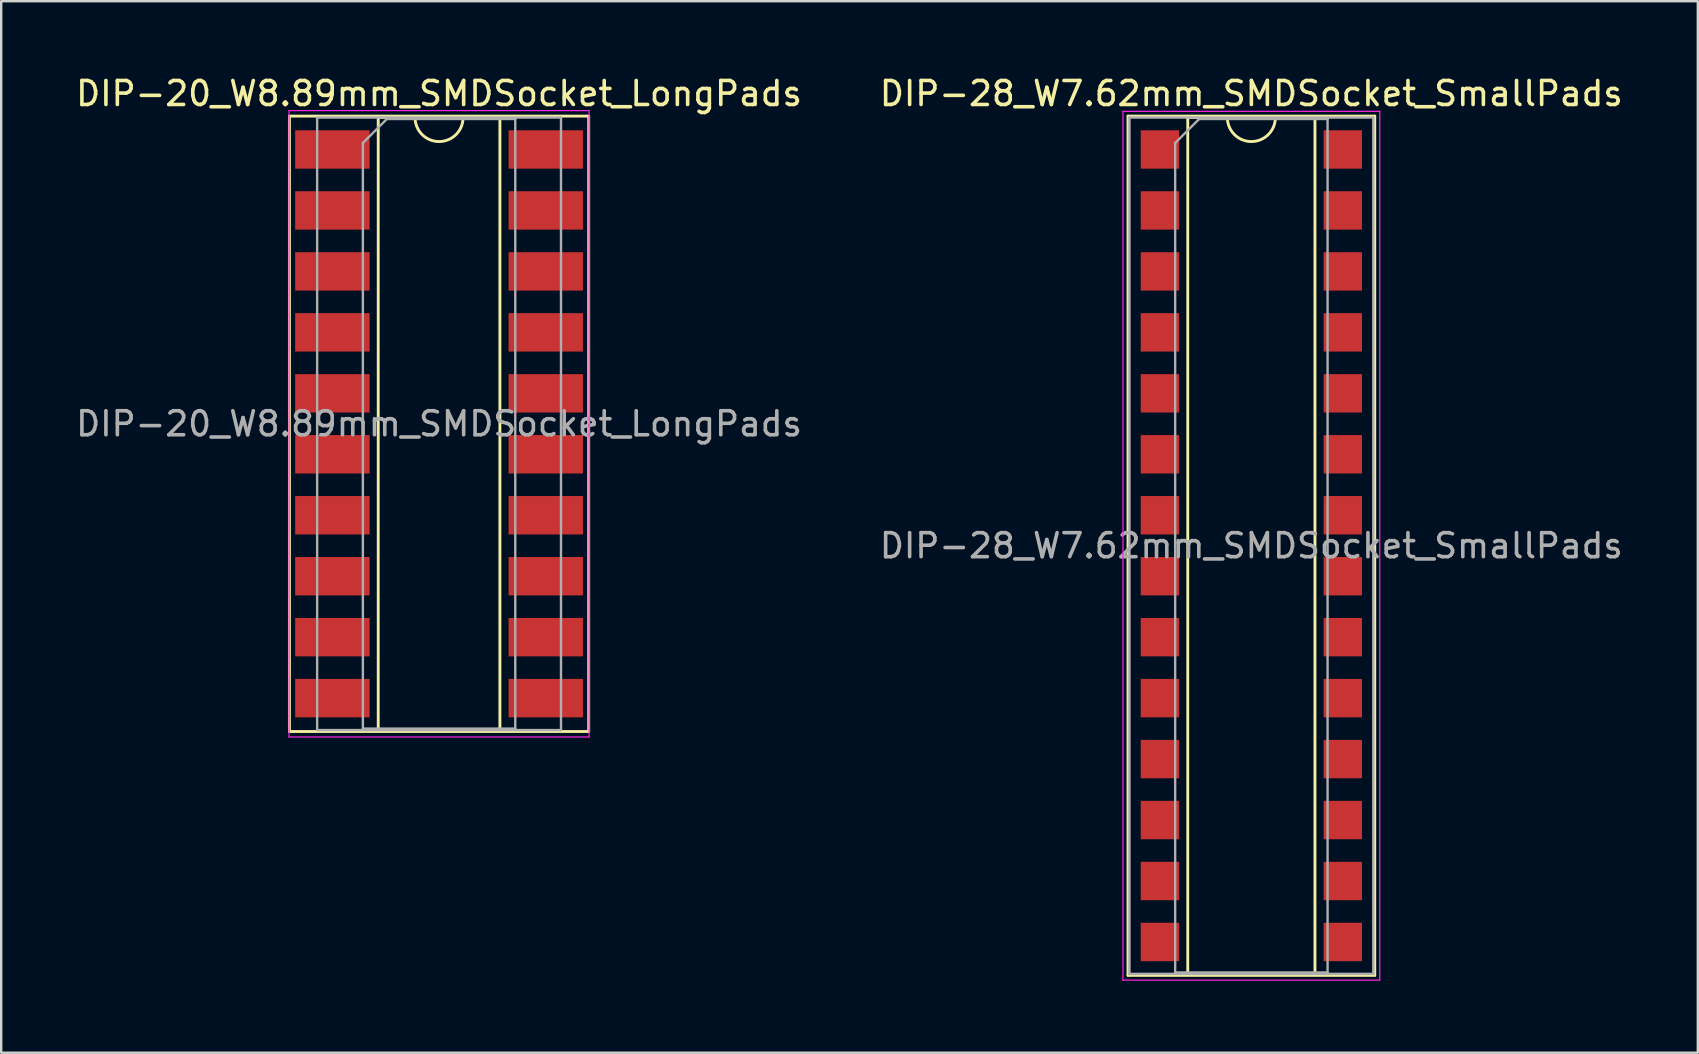
<source format=kicad_pcb>
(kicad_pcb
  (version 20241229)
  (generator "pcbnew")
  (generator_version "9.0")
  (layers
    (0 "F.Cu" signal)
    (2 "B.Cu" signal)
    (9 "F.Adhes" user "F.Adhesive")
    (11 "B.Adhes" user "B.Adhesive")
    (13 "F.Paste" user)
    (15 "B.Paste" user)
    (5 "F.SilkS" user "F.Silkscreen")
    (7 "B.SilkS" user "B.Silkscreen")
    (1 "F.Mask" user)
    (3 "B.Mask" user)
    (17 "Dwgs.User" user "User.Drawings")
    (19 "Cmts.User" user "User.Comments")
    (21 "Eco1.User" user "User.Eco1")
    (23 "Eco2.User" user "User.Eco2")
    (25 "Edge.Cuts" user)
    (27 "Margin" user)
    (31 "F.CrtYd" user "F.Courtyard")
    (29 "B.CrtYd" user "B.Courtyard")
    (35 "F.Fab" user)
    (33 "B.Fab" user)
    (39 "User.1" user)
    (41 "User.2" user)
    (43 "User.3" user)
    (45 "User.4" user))
  (footprint "DIP-28_W7.62mm_SMDSocket_SmallPads"
    (layer "F.Cu")
    (at 49.089 19.688)
    (property "Reference" "DIP-28_W7.62mm_SMDSocket_SmallPads" (at 0 -18.84 0) (layer "F.SilkS") (effects (font (size 1 1) (thickness 0.15))))
    (attr smd)
    (fp_line (start -5.14 -17.9) (end -5.14 17.9) (stroke (width 0.12) (type solid)) (layer "F.SilkS"))
    (fp_line (start -5.14 17.9) (end 5.14 17.9) (stroke (width 0.12) (type solid)) (layer "F.SilkS"))
    (fp_line (start -2.65 -17.84) (end -2.65 17.84) (stroke (width 0.12) (type solid)) (layer "F.SilkS"))
    (fp_line (start -2.65 17.84) (end 2.65 17.84) (stroke (width 0.12) (type solid)) (layer "F.SilkS"))
    (fp_line (start -1 -17.84) (end -2.65 -17.84) (stroke (width 0.12) (type solid)) (layer "F.SilkS"))
    (fp_line (start 2.65 -17.84) (end 1 -17.84) (stroke (width 0.12) (type solid)) (layer "F.SilkS"))
    (fp_line (start 2.65 17.84) (end 2.65 -17.84) (stroke (width 0.12) (type solid)) (layer "F.SilkS"))
    (fp_line (start 5.14 -17.9) (end -5.14 -17.9) (stroke (width 0.12) (type solid)) (layer "F.SilkS"))
    (fp_line (start 5.14 17.9) (end 5.14 -17.9) (stroke (width 0.12) (type solid)) (layer "F.SilkS"))
    (fp_arc (start 1 -17.84) (mid 0 -16.84) (end -1 -17.84) (stroke (width 0.12) (type solid)) (layer "F.SilkS"))
    (fp_line (start -5.35 -18.1) (end -5.35 18.1) (stroke (width 0.05) (type solid)) (layer "F.CrtYd"))
    (fp_line (start -5.35 18.1) (end 5.35 18.1) (stroke (width 0.05) (type solid)) (layer "F.CrtYd"))
    (fp_line (start 5.35 -18.1) (end -5.35 -18.1) (stroke (width 0.05) (type solid)) (layer "F.CrtYd"))
    (fp_line (start 5.35 18.1) (end 5.35 -18.1) (stroke (width 0.05) (type solid)) (layer "F.CrtYd"))
    (fp_line (start -5.08 -17.84) (end -5.08 17.84) (stroke (width 0.1) (type solid)) (layer "F.Fab"))
    (fp_line (start -5.08 17.84) (end 5.08 17.84) (stroke (width 0.1) (type solid)) (layer "F.Fab"))
    (fp_line (start -3.175 -16.78) (end -2.175 -17.78) (stroke (width 0.1) (type solid)) (layer "F.Fab"))
    (fp_line (start -3.175 17.78) (end -3.175 -16.78) (stroke (width 0.1) (type solid)) (layer "F.Fab"))
    (fp_line (start -2.175 -17.78) (end 3.175 -17.78) (stroke (width 0.1) (type solid)) (layer "F.Fab"))
    (fp_line (start 3.175 -17.78) (end 3.175 17.78) (stroke (width 0.1) (type solid)) (layer "F.Fab"))
    (fp_line (start 3.175 17.78) (end -3.175 17.78) (stroke (width 0.1) (type solid)) (layer "F.Fab"))
    (fp_line (start 5.08 -17.84) (end -5.08 -17.84) (stroke (width 0.1) (type solid)) (layer "F.Fab"))
    (fp_line (start 5.08 17.84) (end 5.08 -17.84) (stroke (width 0.1) (type solid)) (layer "F.Fab"))
    (fp_text user "${REFERENCE}" (at 0 0 0) (layer "F.Fab") (effects (font (size 1 1) (thickness 0.15))))
    (pad "1" smd rect (at -3.81 -16.51) (size 1.6 1.6) (layers "F.Cu" "F.Mask" "F.Paste"))
    (pad "2" smd rect (at -3.81 -13.97) (size 1.6 1.6) (layers "F.Cu" "F.Mask" "F.Paste"))
    (pad "3" smd rect (at -3.81 -11.43) (size 1.6 1.6) (layers "F.Cu" "F.Mask" "F.Paste"))
    (pad "4" smd rect (at -3.81 -8.89) (size 1.6 1.6) (layers "F.Cu" "F.Mask" "F.Paste"))
    (pad "5" smd rect (at -3.81 -6.35) (size 1.6 1.6) (layers "F.Cu" "F.Mask" "F.Paste"))
    (pad "6" smd rect (at -3.81 -3.81) (size 1.6 1.6) (layers "F.Cu" "F.Mask" "F.Paste"))
    (pad "7" smd rect (at -3.81 -1.27) (size 1.6 1.6) (layers "F.Cu" "F.Mask" "F.Paste"))
    (pad "8" smd rect (at -3.81 1.27) (size 1.6 1.6) (layers "F.Cu" "F.Mask" "F.Paste"))
    (pad "9" smd rect (at -3.81 3.81) (size 1.6 1.6) (layers "F.Cu" "F.Mask" "F.Paste"))
    (pad "10" smd rect (at -3.81 6.35) (size 1.6 1.6) (layers "F.Cu" "F.Mask" "F.Paste"))
    (pad "11" smd rect (at -3.81 8.89) (size 1.6 1.6) (layers "F.Cu" "F.Mask" "F.Paste"))
    (pad "12" smd rect (at -3.81 11.43) (size 1.6 1.6) (layers "F.Cu" "F.Mask" "F.Paste"))
    (pad "13" smd rect (at -3.81 13.97) (size 1.6 1.6) (layers "F.Cu" "F.Mask" "F.Paste"))
    (pad "14" smd rect (at -3.81 16.51) (size 1.6 1.6) (layers "F.Cu" "F.Mask" "F.Paste"))
    (pad "15" smd rect (at 3.81 16.51) (size 1.6 1.6) (layers "F.Cu" "F.Mask" "F.Paste"))
    (pad "16" smd rect (at 3.81 13.97) (size 1.6 1.6) (layers "F.Cu" "F.Mask" "F.Paste"))
    (pad "17" smd rect (at 3.81 11.43) (size 1.6 1.6) (layers "F.Cu" "F.Mask" "F.Paste"))
    (pad "18" smd rect (at 3.81 8.89) (size 1.6 1.6) (layers "F.Cu" "F.Mask" "F.Paste"))
    (pad "19" smd rect (at 3.81 6.35) (size 1.6 1.6) (layers "F.Cu" "F.Mask" "F.Paste"))
    (pad "20" smd rect (at 3.81 3.81) (size 1.6 1.6) (layers "F.Cu" "F.Mask" "F.Paste"))
    (pad "21" smd rect (at 3.81 1.27) (size 1.6 1.6) (layers "F.Cu" "F.Mask" "F.Paste"))
    (pad "22" smd rect (at 3.81 -1.27) (size 1.6 1.6) (layers "F.Cu" "F.Mask" "F.Paste"))
    (pad "23" smd rect (at 3.81 -3.81) (size 1.6 1.6) (layers "F.Cu" "F.Mask" "F.Paste"))
    (pad "24" smd rect (at 3.81 -6.35) (size 1.6 1.6) (layers "F.Cu" "F.Mask" "F.Paste"))
    (pad "25" smd rect (at 3.81 -8.89) (size 1.6 1.6) (layers "F.Cu" "F.Mask" "F.Paste"))
    (pad "26" smd rect (at 3.81 -11.43) (size 1.6 1.6) (layers "F.Cu" "F.Mask" "F.Paste"))
    (pad "27" smd rect (at 3.81 -13.97) (size 1.6 1.6) (layers "F.Cu" "F.Mask" "F.Paste"))
    (pad "28" smd rect (at 3.81 -16.51) (size 1.6 1.6) (layers "F.Cu" "F.Mask" "F.Paste")))
  (footprint "DIP-20_W8.89mm_SMDSocket_LongPads"
    (layer "F.Cu")
    (at 15.244 14.608)
    (property "Reference" "DIP-20_W8.89mm_SMDSocket_LongPads" (at 0 -13.76 0) (layer "F.SilkS") (effects (font (size 1 1) (thickness 0.15))))
    (attr smd)
    (fp_line (start -6.235 -12.82) (end -6.235 12.82) (stroke (width 0.12) (type solid)) (layer "F.SilkS"))
    (fp_line (start -6.235 12.82) (end 6.235 12.82) (stroke (width 0.12) (type solid)) (layer "F.SilkS"))
    (fp_line (start -2.535 -12.76) (end -2.535 12.76) (stroke (width 0.12) (type solid)) (layer "F.SilkS"))
    (fp_line (start -2.535 12.76) (end 2.535 12.76) (stroke (width 0.12) (type solid)) (layer "F.SilkS"))
    (fp_line (start -1 -12.76) (end -2.535 -12.76) (stroke (width 0.12) (type solid)) (layer "F.SilkS"))
    (fp_line (start 2.535 -12.76) (end 1 -12.76) (stroke (width 0.12) (type solid)) (layer "F.SilkS"))
    (fp_line (start 2.535 12.76) (end 2.535 -12.76) (stroke (width 0.12) (type solid)) (layer "F.SilkS"))
    (fp_line (start 6.235 -12.82) (end -6.235 -12.82) (stroke (width 0.12) (type solid)) (layer "F.SilkS"))
    (fp_line (start 6.235 12.82) (end 6.235 -12.82) (stroke (width 0.12) (type solid)) (layer "F.SilkS"))
    (fp_arc (start 1 -12.76) (mid 0 -11.76) (end -1 -12.76) (stroke (width 0.12) (type solid)) (layer "F.SilkS"))
    (fp_line (start -6.25 -13.05) (end -6.25 13.05) (stroke (width 0.05) (type solid)) (layer "F.CrtYd"))
    (fp_line (start -6.25 13.05) (end 6.25 13.05) (stroke (width 0.05) (type solid)) (layer "F.CrtYd"))
    (fp_line (start 6.25 -13.05) (end -6.25 -13.05) (stroke (width 0.05) (type solid)) (layer "F.CrtYd"))
    (fp_line (start 6.25 13.05) (end 6.25 -13.05) (stroke (width 0.05) (type solid)) (layer "F.CrtYd"))
    (fp_line (start -5.08 -12.76) (end -5.08 12.76) (stroke (width 0.1) (type solid)) (layer "F.Fab"))
    (fp_line (start -5.08 12.76) (end 5.08 12.76) (stroke (width 0.1) (type solid)) (layer "F.Fab"))
    (fp_line (start -3.175 -11.7) (end -2.175 -12.7) (stroke (width 0.1) (type solid)) (layer "F.Fab"))
    (fp_line (start -3.175 12.7) (end -3.175 -11.7) (stroke (width 0.1) (type solid)) (layer "F.Fab"))
    (fp_line (start -2.175 -12.7) (end 3.175 -12.7) (stroke (width 0.1) (type solid)) (layer "F.Fab"))
    (fp_line (start 3.175 -12.7) (end 3.175 12.7) (stroke (width 0.1) (type solid)) (layer "F.Fab"))
    (fp_line (start 3.175 12.7) (end -3.175 12.7) (stroke (width 0.1) (type solid)) (layer "F.Fab"))
    (fp_line (start 5.08 -12.76) (end -5.08 -12.76) (stroke (width 0.1) (type solid)) (layer "F.Fab"))
    (fp_line (start 5.08 12.76) (end 5.08 -12.76) (stroke (width 0.1) (type solid)) (layer "F.Fab"))
    (fp_text user "${REFERENCE}" (at 0 0 0) (layer "F.Fab") (effects (font (size 1 1) (thickness 0.15))))
    (pad "1" smd rect (at -4.445 -11.43) (size 3.1 1.6) (layers "F.Cu" "F.Mask" "F.Paste"))
    (pad "2" smd rect (at -4.445 -8.89) (size 3.1 1.6) (layers "F.Cu" "F.Mask" "F.Paste"))
    (pad "3" smd rect (at -4.445 -6.35) (size 3.1 1.6) (layers "F.Cu" "F.Mask" "F.Paste"))
    (pad "4" smd rect (at -4.445 -3.81) (size 3.1 1.6) (layers "F.Cu" "F.Mask" "F.Paste"))
    (pad "5" smd rect (at -4.445 -1.27) (size 3.1 1.6) (layers "F.Cu" "F.Mask" "F.Paste"))
    (pad "6" smd rect (at -4.445 1.27) (size 3.1 1.6) (layers "F.Cu" "F.Mask" "F.Paste"))
    (pad "7" smd rect (at -4.445 3.81) (size 3.1 1.6) (layers "F.Cu" "F.Mask" "F.Paste"))
    (pad "8" smd rect (at -4.445 6.35) (size 3.1 1.6) (layers "F.Cu" "F.Mask" "F.Paste"))
    (pad "9" smd rect (at -4.445 8.89) (size 3.1 1.6) (layers "F.Cu" "F.Mask" "F.Paste"))
    (pad "10" smd rect (at -4.445 11.43) (size 3.1 1.6) (layers "F.Cu" "F.Mask" "F.Paste"))
    (pad "11" smd rect (at 4.445 11.43) (size 3.1 1.6) (layers "F.Cu" "F.Mask" "F.Paste"))
    (pad "12" smd rect (at 4.445 8.89) (size 3.1 1.6) (layers "F.Cu" "F.Mask" "F.Paste"))
    (pad "13" smd rect (at 4.445 6.35) (size 3.1 1.6) (layers "F.Cu" "F.Mask" "F.Paste"))
    (pad "14" smd rect (at 4.445 3.81) (size 3.1 1.6) (layers "F.Cu" "F.Mask" "F.Paste"))
    (pad "15" smd rect (at 4.445 1.27) (size 3.1 1.6) (layers "F.Cu" "F.Mask" "F.Paste"))
    (pad "16" smd rect (at 4.445 -1.27) (size 3.1 1.6) (layers "F.Cu" "F.Mask" "F.Paste"))
    (pad "17" smd rect (at 4.445 -3.81) (size 3.1 1.6) (layers "F.Cu" "F.Mask" "F.Paste"))
    (pad "18" smd rect (at 4.445 -6.35) (size 3.1 1.6) (layers "F.Cu" "F.Mask" "F.Paste"))
    (pad "19" smd rect (at 4.445 -8.89) (size 3.1 1.6) (layers "F.Cu" "F.Mask" "F.Paste"))
    (pad "20" smd rect (at 4.445 -11.43) (size 3.1 1.6) (layers "F.Cu" "F.Mask" "F.Paste")))
  (gr_rect
    (start -3 -3)
    (end 67.69 40.813)
    (stroke (width 0.1) (type default))
    (fill no)
    (layer "Edge.Cuts")))
</source>
